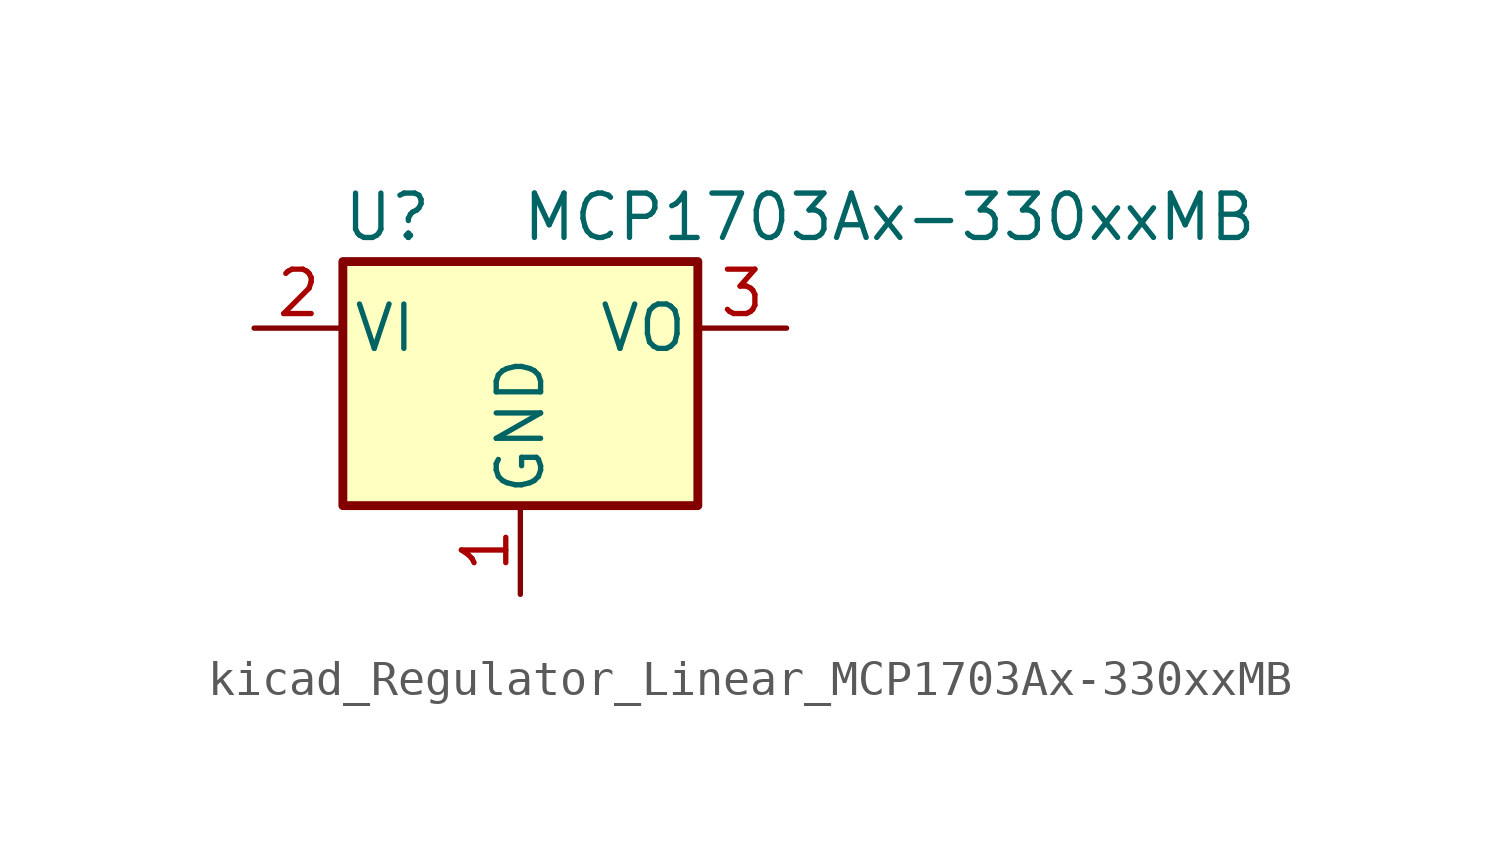
<source format=kicad_sym>
(kicad_symbol_lib
  (version 20220914)
  (generator kicad_symbol_editor)
  (symbol "kicad_Regulator_Linear_MCP1703Ax-330xxMB"
    (pin_names
      (offset 0.254))
    (property "Reference" "U"
      (at -3.81 3.175 0)
      (effects (font (size 1.27 1.27))))
    (property "Value" "MCP1703Ax-330xxMB"
      (at 0 3.175 0)
      (effects (font (size 1.27 1.27)) (justify left)))
    (symbol "kicad_Regulator_Linear_MCP1703Ax-330xxMB_0_1"
      (rectangle (start -5.08 -5.08) (end 5.08 1.905) (stroke (width 0.254) (type default)) (fill (type background))))
    (symbol "kicad_Regulator_Linear_MCP1703Ax-330xxMB_1_1"
      (pin power_in line (at 0 -7.62 90) (length 2.54) (name "GND" (effects (font (size 1.27 1.27)))) (number "1" (effects (font (size 1.27 1.27)))))
      (pin power_in line (at -7.62 0 0) (length 2.54) (name "VI" (effects (font (size 1.27 1.27)))) (number "2" (effects (font (size 1.27 1.27)))))
      (pin power_out line (at 7.62 0 180) (length 2.54) (name "VO" (effects (font (size 1.27 1.27)))) (number "3" (effects (font (size 1.27 1.27))))))))
</source>
